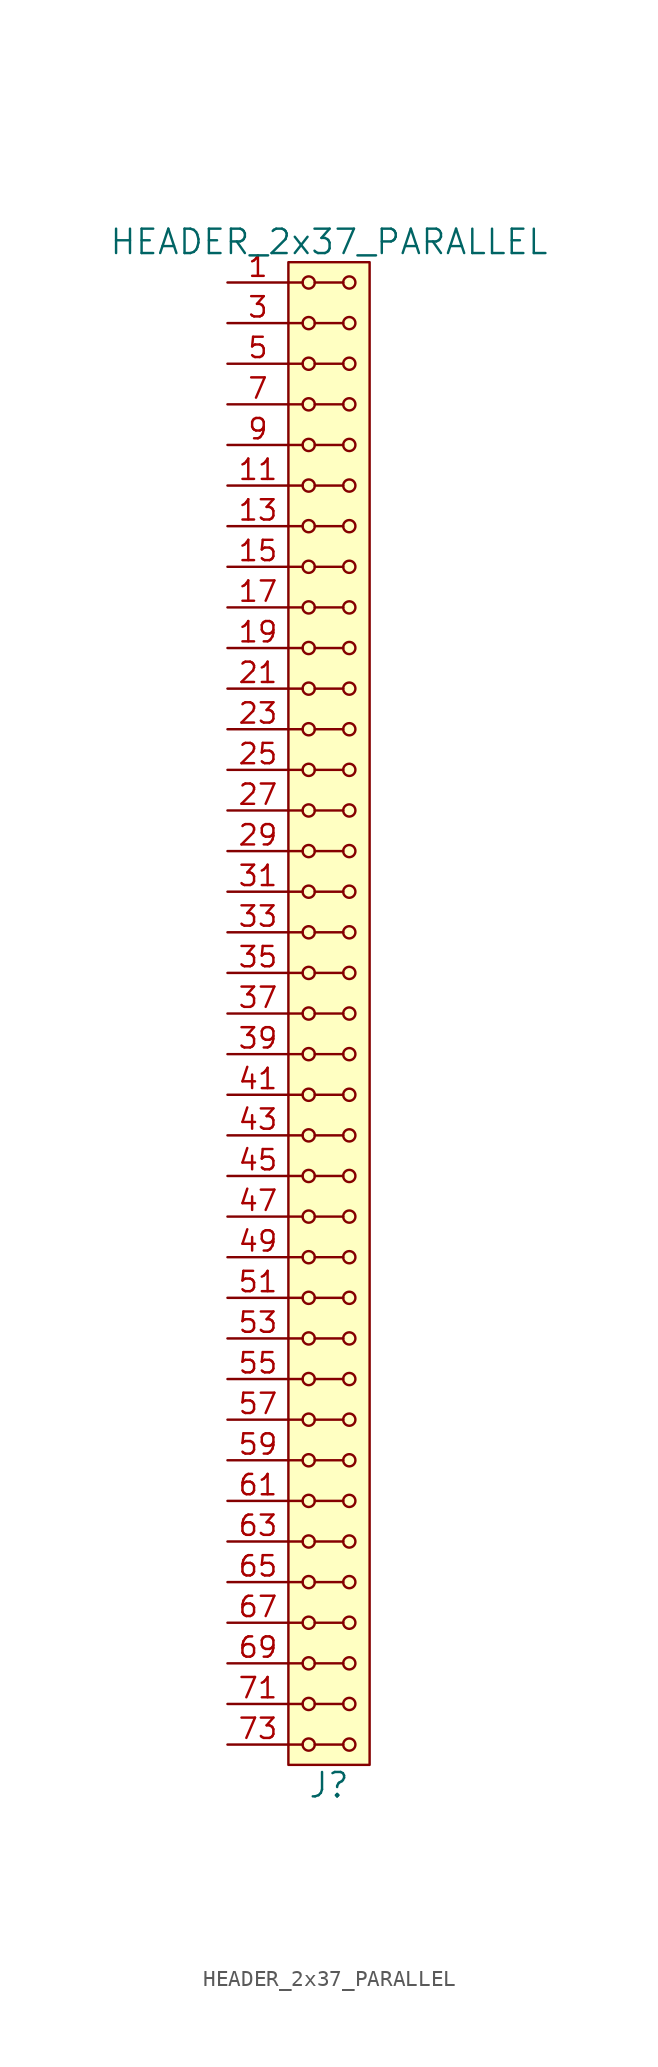
<source format=kicad_sym>
(kicad_symbol_lib
  (version 20211014)
  (generator kicad_symbol_editor)
  (symbol "HEADER_2x37_PARALLEL"
    (pin_names
      (offset 1.016))
    (property "Reference" "J"
      (at 0 -48.26 0)
      (effects (font (size 1.524 1.524))))
    (property "Value" "HEADER_2x37_PARALLEL"
      (at 0 48.26 0)
      (effects (font (size 1.524 1.524))))
    (property "Footprint" ""
      (at 0 45.72 0)
      (effects (font (size 1.524 1.524))))
    (property "Datasheet" ""
      (at 0 45.72 0)
      (effects (font (size 1.524 1.524))))
    (symbol "HEADER_2x37_PARALLEL_0_1"
      (rectangle (start -2.54 46.99) (end 2.54 -46.99) (stroke (width 0) (type default) (color 0 0 0 0)) (fill (type background)))
      (circle (center -1.27 -45.72) (radius 0.381) (stroke (width 0) (type default) (color 0 0 0 0)) (fill (type none)))
      (circle (center -1.27 -43.18) (radius 0.381) (stroke (width 0) (type default) (color 0 0 0 0)) (fill (type none)))
      (circle (center -1.27 -40.64) (radius 0.381) (stroke (width 0) (type default) (color 0 0 0 0)) (fill (type none)))
      (circle (center -1.27 -38.1) (radius 0.381) (stroke (width 0) (type default) (color 0 0 0 0)) (fill (type none)))
      (circle (center -1.27 -35.56) (radius 0.381) (stroke (width 0) (type default) (color 0 0 0 0)) (fill (type none)))
      (circle (center -1.27 -33.02) (radius 0.381) (stroke (width 0) (type default) (color 0 0 0 0)) (fill (type none)))
      (circle (center -1.27 -30.48) (radius 0.381) (stroke (width 0) (type default) (color 0 0 0 0)) (fill (type none)))
      (circle (center -1.27 -27.94) (radius 0.381) (stroke (width 0) (type default) (color 0 0 0 0)) (fill (type none)))
      (circle (center -1.27 -25.4) (radius 0.381) (stroke (width 0) (type default) (color 0 0 0 0)) (fill (type none)))
      (circle (center -1.27 -22.86) (radius 0.381) (stroke (width 0) (type default) (color 0 0 0 0)) (fill (type none)))
      (circle (center -1.27 -20.32) (radius 0.381) (stroke (width 0) (type default) (color 0 0 0 0)) (fill (type none)))
      (circle (center -1.27 -17.78) (radius 0.381) (stroke (width 0) (type default) (color 0 0 0 0)) (fill (type none)))
      (circle (center -1.27 -15.24) (radius 0.381) (stroke (width 0) (type default) (color 0 0 0 0)) (fill (type none)))
      (circle (center -1.27 -12.7) (radius 0.381) (stroke (width 0) (type default) (color 0 0 0 0)) (fill (type none)))
      (circle (center -1.27 -10.16) (radius 0.381) (stroke (width 0) (type default) (color 0 0 0 0)) (fill (type none)))
      (circle (center -1.27 -7.62) (radius 0.381) (stroke (width 0) (type default) (color 0 0 0 0)) (fill (type none)))
      (circle (center -1.27 -5.08) (radius 0.381) (stroke (width 0) (type default) (color 0 0 0 0)) (fill (type none)))
      (circle (center -1.27 -2.54) (radius 0.381) (stroke (width 0) (type default) (color 0 0 0 0)) (fill (type none)))
      (circle (center -1.27 0) (radius 0.381) (stroke (width 0) (type default) (color 0 0 0 0)) (fill (type none)))
      (circle (center -1.27 2.54) (radius 0.381) (stroke (width 0) (type default) (color 0 0 0 0)) (fill (type none)))
      (circle (center -1.27 5.08) (radius 0.381) (stroke (width 0) (type default) (color 0 0 0 0)) (fill (type none)))
      (circle (center -1.27 7.62) (radius 0.381) (stroke (width 0) (type default) (color 0 0 0 0)) (fill (type none)))
      (circle (center -1.27 10.16) (radius 0.381) (stroke (width 0) (type default) (color 0 0 0 0)) (fill (type none)))
      (circle (center -1.27 12.7) (radius 0.381) (stroke (width 0) (type default) (color 0 0 0 0)) (fill (type none)))
      (circle (center -1.27 15.24) (radius 0.381) (stroke (width 0) (type default) (color 0 0 0 0)) (fill (type none)))
      (circle (center -1.27 17.78) (radius 0.381) (stroke (width 0) (type default) (color 0 0 0 0)) (fill (type none)))
      (circle (center -1.27 20.32) (radius 0.381) (stroke (width 0) (type default) (color 0 0 0 0)) (fill (type none)))
      (circle (center -1.27 22.86) (radius 0.381) (stroke (width 0) (type default) (color 0 0 0 0)) (fill (type none)))
      (circle (center -1.27 25.4) (radius 0.381) (stroke (width 0) (type default) (color 0 0 0 0)) (fill (type none)))
      (circle (center -1.27 27.94) (radius 0.381) (stroke (width 0) (type default) (color 0 0 0 0)) (fill (type none)))
      (circle (center -1.27 30.48) (radius 0.381) (stroke (width 0) (type default) (color 0 0 0 0)) (fill (type none)))
      (circle (center -1.27 33.02) (radius 0.381) (stroke (width 0) (type default) (color 0 0 0 0)) (fill (type none)))
      (circle (center -1.27 35.56) (radius 0.381) (stroke (width 0) (type default) (color 0 0 0 0)) (fill (type none)))
      (circle (center -1.27 38.1) (radius 0.381) (stroke (width 0) (type default) (color 0 0 0 0)) (fill (type none)))
      (circle (center -1.27 40.64) (radius 0.381) (stroke (width 0) (type default) (color 0 0 0 0)) (fill (type none)))
      (circle (center -1.27 43.18) (radius 0.381) (stroke (width 0) (type default) (color 0 0 0 0)) (fill (type none)))
      (circle (center -1.27 45.72) (radius 0.381) (stroke (width 0) (type default) (color 0 0 0 0)) (fill (type none)))
      (polyline (pts (xy -1.651 -45.72) (xy -2.54 -45.72)) (stroke (width 0) (type default) (color 0 0 0 0)) (fill (type none)))
      (polyline (pts (xy -1.651 -43.18) (xy -2.54 -43.18)) (stroke (width 0) (type default) (color 0 0 0 0)) (fill (type none)))
      (polyline (pts (xy -1.651 -40.64) (xy -2.54 -40.64)) (stroke (width 0) (type default) (color 0 0 0 0)) (fill (type none)))
      (polyline (pts (xy -1.651 -38.1) (xy -2.54 -38.1)) (stroke (width 0) (type default) (color 0 0 0 0)) (fill (type none)))
      (polyline (pts (xy -1.651 -35.56) (xy -2.54 -35.56)) (stroke (width 0) (type default) (color 0 0 0 0)) (fill (type none)))
      (polyline (pts (xy -1.651 -33.02) (xy -2.54 -33.02)) (stroke (width 0) (type default) (color 0 0 0 0)) (fill (type none)))
      (polyline (pts (xy -1.651 -30.48) (xy -2.54 -30.48)) (stroke (width 0) (type default) (color 0 0 0 0)) (fill (type none)))
      (polyline (pts (xy -1.651 -27.94) (xy -2.54 -27.94)) (stroke (width 0) (type default) (color 0 0 0 0)) (fill (type none)))
      (polyline (pts (xy -1.651 -25.4) (xy -2.54 -25.4)) (stroke (width 0) (type default) (color 0 0 0 0)) (fill (type none)))
      (polyline (pts (xy -1.651 -22.86) (xy -2.54 -22.86)) (stroke (width 0) (type default) (color 0 0 0 0)) (fill (type none)))
      (polyline (pts (xy -1.651 -20.32) (xy -2.54 -20.32)) (stroke (width 0) (type default) (color 0 0 0 0)) (fill (type none)))
      (polyline (pts (xy -1.651 -17.78) (xy -2.54 -17.78)) (stroke (width 0) (type default) (color 0 0 0 0)) (fill (type none)))
      (polyline (pts (xy -1.651 -15.24) (xy -2.54 -15.24)) (stroke (width 0) (type default) (color 0 0 0 0)) (fill (type none)))
      (polyline (pts (xy -1.651 -12.7) (xy -2.54 -12.7)) (stroke (width 0) (type default) (color 0 0 0 0)) (fill (type none)))
      (polyline (pts (xy -1.651 -10.16) (xy -2.54 -10.16)) (stroke (width 0) (type default) (color 0 0 0 0)) (fill (type none)))
      (polyline (pts (xy -1.651 -7.62) (xy -2.54 -7.62)) (stroke (width 0) (type default) (color 0 0 0 0)) (fill (type none)))
      (polyline (pts (xy -1.651 -5.08) (xy -2.54 -5.08)) (stroke (width 0) (type default) (color 0 0 0 0)) (fill (type none)))
      (polyline (pts (xy -1.651 -2.54) (xy -2.54 -2.54)) (stroke (width 0) (type default) (color 0 0 0 0)) (fill (type none)))
      (polyline (pts (xy -1.651 0) (xy -2.54 0)) (stroke (width 0) (type default) (color 0 0 0 0)) (fill (type none)))
      (polyline (pts (xy -1.651 2.54) (xy -2.54 2.54)) (stroke (width 0) (type default) (color 0 0 0 0)) (fill (type none)))
      (polyline (pts (xy -1.651 5.08) (xy -2.54 5.08)) (stroke (width 0) (type default) (color 0 0 0 0)) (fill (type none)))
      (polyline (pts (xy -1.651 7.62) (xy -2.54 7.62)) (stroke (width 0) (type default) (color 0 0 0 0)) (fill (type none)))
      (polyline (pts (xy -1.651 10.16) (xy -2.54 10.16)) (stroke (width 0) (type default) (color 0 0 0 0)) (fill (type none)))
      (polyline (pts (xy -1.651 12.7) (xy -2.54 12.7)) (stroke (width 0) (type default) (color 0 0 0 0)) (fill (type none)))
      (polyline (pts (xy -1.651 15.24) (xy -2.54 15.24)) (stroke (width 0) (type default) (color 0 0 0 0)) (fill (type none)))
      (polyline (pts (xy -1.651 17.78) (xy -2.54 17.78)) (stroke (width 0) (type default) (color 0 0 0 0)) (fill (type none)))
      (polyline (pts (xy -1.651 20.32) (xy -2.54 20.32)) (stroke (width 0) (type default) (color 0 0 0 0)) (fill (type none)))
      (polyline (pts (xy -1.651 22.86) (xy -2.54 22.86)) (stroke (width 0) (type default) (color 0 0 0 0)) (fill (type none)))
      (polyline (pts (xy -1.651 25.4) (xy -2.54 25.4)) (stroke (width 0) (type default) (color 0 0 0 0)) (fill (type none)))
      (polyline (pts (xy -1.651 27.94) (xy -2.54 27.94)) (stroke (width 0) (type default) (color 0 0 0 0)) (fill (type none)))
      (polyline (pts (xy -1.651 30.48) (xy -2.54 30.48)) (stroke (width 0) (type default) (color 0 0 0 0)) (fill (type none)))
      (polyline (pts (xy -1.651 33.02) (xy -2.54 33.02)) (stroke (width 0) (type default) (color 0 0 0 0)) (fill (type none)))
      (polyline (pts (xy -1.651 35.56) (xy -2.54 35.56)) (stroke (width 0) (type default) (color 0 0 0 0)) (fill (type none)))
      (polyline (pts (xy -1.651 38.1) (xy -2.54 38.1)) (stroke (width 0) (type default) (color 0 0 0 0)) (fill (type none)))
      (polyline (pts (xy -1.651 40.64) (xy -2.54 40.64)) (stroke (width 0) (type default) (color 0 0 0 0)) (fill (type none)))
      (polyline (pts (xy -1.651 43.18) (xy -2.54 43.18)) (stroke (width 0) (type default) (color 0 0 0 0)) (fill (type none)))
      (polyline (pts (xy -1.651 45.72) (xy -2.54 45.72)) (stroke (width 0) (type default) (color 0 0 0 0)) (fill (type none)))
      (polyline (pts (xy -0.889 -45.72) (xy 0.889 -45.72)) (stroke (width 0) (type default) (color 0 0 0 0)) (fill (type none)))
      (polyline (pts (xy -0.889 -43.18) (xy 0.889 -43.18)) (stroke (width 0) (type default) (color 0 0 0 0)) (fill (type none)))
      (polyline (pts (xy -0.889 -40.64) (xy 0.889 -40.64)) (stroke (width 0) (type default) (color 0 0 0 0)) (fill (type none)))
      (polyline (pts (xy -0.889 -38.1) (xy 0.889 -38.1)) (stroke (width 0) (type default) (color 0 0 0 0)) (fill (type none)))
      (polyline (pts (xy -0.889 -35.56) (xy 0.889 -35.56)) (stroke (width 0) (type default) (color 0 0 0 0)) (fill (type none)))
      (polyline (pts (xy -0.889 -33.02) (xy 0.889 -33.02)) (stroke (width 0) (type default) (color 0 0 0 0)) (fill (type none)))
      (polyline (pts (xy -0.889 -30.48) (xy 0.889 -30.48)) (stroke (width 0) (type default) (color 0 0 0 0)) (fill (type none)))
      (polyline (pts (xy -0.889 -27.94) (xy 0.889 -27.94)) (stroke (width 0) (type default) (color 0 0 0 0)) (fill (type none)))
      (polyline (pts (xy -0.889 -25.4) (xy 0.889 -25.4)) (stroke (width 0) (type default) (color 0 0 0 0)) (fill (type none)))
      (polyline (pts (xy -0.889 -22.86) (xy 0.889 -22.86)) (stroke (width 0) (type default) (color 0 0 0 0)) (fill (type none)))
      (polyline (pts (xy -0.889 -20.32) (xy 0.889 -20.32)) (stroke (width 0) (type default) (color 0 0 0 0)) (fill (type none)))
      (polyline (pts (xy -0.889 -17.78) (xy 0.889 -17.78)) (stroke (width 0) (type default) (color 0 0 0 0)) (fill (type none)))
      (polyline (pts (xy -0.889 -15.24) (xy 0.889 -15.24)) (stroke (width 0) (type default) (color 0 0 0 0)) (fill (type none)))
      (polyline (pts (xy -0.889 -12.7) (xy 0.889 -12.7)) (stroke (width 0) (type default) (color 0 0 0 0)) (fill (type none)))
      (polyline (pts (xy -0.889 -10.16) (xy 0.889 -10.16)) (stroke (width 0) (type default) (color 0 0 0 0)) (fill (type none)))
      (polyline (pts (xy -0.889 -7.62) (xy 0.889 -7.62)) (stroke (width 0) (type default) (color 0 0 0 0)) (fill (type none)))
      (polyline (pts (xy -0.889 -5.08) (xy 0.889 -5.08)) (stroke (width 0) (type default) (color 0 0 0 0)) (fill (type none)))
      (polyline (pts (xy -0.889 -2.54) (xy 0.889 -2.54)) (stroke (width 0) (type default) (color 0 0 0 0)) (fill (type none)))
      (polyline (pts (xy -0.889 0) (xy 0.889 0)) (stroke (width 0) (type default) (color 0 0 0 0)) (fill (type none)))
      (polyline (pts (xy -0.889 2.54) (xy 0.889 2.54)) (stroke (width 0) (type default) (color 0 0 0 0)) (fill (type none)))
      (polyline (pts (xy -0.889 5.08) (xy 0.889 5.08)) (stroke (width 0) (type default) (color 0 0 0 0)) (fill (type none)))
      (polyline (pts (xy -0.889 7.62) (xy 0.889 7.62)) (stroke (width 0) (type default) (color 0 0 0 0)) (fill (type none)))
      (polyline (pts (xy -0.889 10.16) (xy 0.889 10.16)) (stroke (width 0) (type default) (color 0 0 0 0)) (fill (type none)))
      (polyline (pts (xy -0.889 12.7) (xy 0.889 12.7)) (stroke (width 0) (type default) (color 0 0 0 0)) (fill (type none)))
      (polyline (pts (xy -0.889 15.24) (xy 0.889 15.24)) (stroke (width 0) (type default) (color 0 0 0 0)) (fill (type none)))
      (polyline (pts (xy -0.889 17.78) (xy 0.889 17.78)) (stroke (width 0) (type default) (color 0 0 0 0)) (fill (type none)))
      (polyline (pts (xy -0.889 20.32) (xy 0.889 20.32)) (stroke (width 0) (type default) (color 0 0 0 0)) (fill (type none)))
      (polyline (pts (xy -0.889 22.86) (xy 0.889 22.86)) (stroke (width 0) (type default) (color 0 0 0 0)) (fill (type none)))
      (polyline (pts (xy -0.889 25.4) (xy 0.889 25.4)) (stroke (width 0) (type default) (color 0 0 0 0)) (fill (type none)))
      (polyline (pts (xy -0.889 27.94) (xy 0.889 27.94)) (stroke (width 0) (type default) (color 0 0 0 0)) (fill (type none)))
      (polyline (pts (xy -0.889 30.48) (xy 0.889 30.48)) (stroke (width 0) (type default) (color 0 0 0 0)) (fill (type none)))
      (polyline (pts (xy -0.889 33.02) (xy 0.889 33.02)) (stroke (width 0) (type default) (color 0 0 0 0)) (fill (type none)))
      (polyline (pts (xy -0.889 35.56) (xy 0.889 35.56)) (stroke (width 0) (type default) (color 0 0 0 0)) (fill (type none)))
      (polyline (pts (xy -0.889 38.1) (xy 0.889 38.1)) (stroke (width 0) (type default) (color 0 0 0 0)) (fill (type none)))
      (polyline (pts (xy -0.889 40.64) (xy 0.889 40.64)) (stroke (width 0) (type default) (color 0 0 0 0)) (fill (type none)))
      (polyline (pts (xy -0.889 43.18) (xy 0.889 43.18)) (stroke (width 0) (type default) (color 0 0 0 0)) (fill (type none)))
      (polyline (pts (xy -0.889 45.72) (xy 0.889 45.72)) (stroke (width 0) (type default) (color 0 0 0 0)) (fill (type none)))
      (circle (center 1.27 -45.72) (radius 0.381) (stroke (width 0) (type default) (color 0 0 0 0)) (fill (type none)))
      (circle (center 1.27 -43.18) (radius 0.381) (stroke (width 0) (type default) (color 0 0 0 0)) (fill (type none)))
      (circle (center 1.27 -40.64) (radius 0.381) (stroke (width 0) (type default) (color 0 0 0 0)) (fill (type none)))
      (circle (center 1.27 -38.1) (radius 0.381) (stroke (width 0) (type default) (color 0 0 0 0)) (fill (type none)))
      (circle (center 1.27 -35.56) (radius 0.381) (stroke (width 0) (type default) (color 0 0 0 0)) (fill (type none)))
      (circle (center 1.27 -33.02) (radius 0.381) (stroke (width 0) (type default) (color 0 0 0 0)) (fill (type none)))
      (circle (center 1.27 -30.48) (radius 0.381) (stroke (width 0) (type default) (color 0 0 0 0)) (fill (type none)))
      (circle (center 1.27 -27.94) (radius 0.381) (stroke (width 0) (type default) (color 0 0 0 0)) (fill (type none)))
      (circle (center 1.27 -25.4) (radius 0.381) (stroke (width 0) (type default) (color 0 0 0 0)) (fill (type none)))
      (circle (center 1.27 -22.86) (radius 0.381) (stroke (width 0) (type default) (color 0 0 0 0)) (fill (type none)))
      (circle (center 1.27 -20.32) (radius 0.381) (stroke (width 0) (type default) (color 0 0 0 0)) (fill (type none)))
      (circle (center 1.27 -17.78) (radius 0.381) (stroke (width 0) (type default) (color 0 0 0 0)) (fill (type none)))
      (circle (center 1.27 -15.24) (radius 0.381) (stroke (width 0) (type default) (color 0 0 0 0)) (fill (type none)))
      (circle (center 1.27 -12.7) (radius 0.381) (stroke (width 0) (type default) (color 0 0 0 0)) (fill (type none)))
      (circle (center 1.27 -10.16) (radius 0.381) (stroke (width 0) (type default) (color 0 0 0 0)) (fill (type none)))
      (circle (center 1.27 -7.62) (radius 0.381) (stroke (width 0) (type default) (color 0 0 0 0)) (fill (type none)))
      (circle (center 1.27 -5.08) (radius 0.381) (stroke (width 0) (type default) (color 0 0 0 0)) (fill (type none)))
      (circle (center 1.27 -2.54) (radius 0.381) (stroke (width 0) (type default) (color 0 0 0 0)) (fill (type none)))
      (circle (center 1.27 0) (radius 0.381) (stroke (width 0) (type default) (color 0 0 0 0)) (fill (type none)))
      (circle (center 1.27 2.54) (radius 0.381) (stroke (width 0) (type default) (color 0 0 0 0)) (fill (type none)))
      (circle (center 1.27 5.08) (radius 0.381) (stroke (width 0) (type default) (color 0 0 0 0)) (fill (type none)))
      (circle (center 1.27 7.62) (radius 0.381) (stroke (width 0) (type default) (color 0 0 0 0)) (fill (type none)))
      (circle (center 1.27 10.16) (radius 0.381) (stroke (width 0) (type default) (color 0 0 0 0)) (fill (type none)))
      (circle (center 1.27 12.7) (radius 0.381) (stroke (width 0) (type default) (color 0 0 0 0)) (fill (type none)))
      (circle (center 1.27 15.24) (radius 0.381) (stroke (width 0) (type default) (color 0 0 0 0)) (fill (type none)))
      (circle (center 1.27 17.78) (radius 0.381) (stroke (width 0) (type default) (color 0 0 0 0)) (fill (type none)))
      (circle (center 1.27 20.32) (radius 0.381) (stroke (width 0) (type default) (color 0 0 0 0)) (fill (type none)))
      (circle (center 1.27 22.86) (radius 0.381) (stroke (width 0) (type default) (color 0 0 0 0)) (fill (type none)))
      (circle (center 1.27 25.4) (radius 0.381) (stroke (width 0) (type default) (color 0 0 0 0)) (fill (type none)))
      (circle (center 1.27 27.94) (radius 0.381) (stroke (width 0) (type default) (color 0 0 0 0)) (fill (type none)))
      (circle (center 1.27 30.48) (radius 0.381) (stroke (width 0) (type default) (color 0 0 0 0)) (fill (type none)))
      (circle (center 1.27 33.02) (radius 0.381) (stroke (width 0) (type default) (color 0 0 0 0)) (fill (type none)))
      (circle (center 1.27 35.56) (radius 0.381) (stroke (width 0) (type default) (color 0 0 0 0)) (fill (type none)))
      (circle (center 1.27 38.1) (radius 0.381) (stroke (width 0) (type default) (color 0 0 0 0)) (fill (type none)))
      (circle (center 1.27 40.64) (radius 0.381) (stroke (width 0) (type default) (color 0 0 0 0)) (fill (type none)))
      (circle (center 1.27 43.18) (radius 0.381) (stroke (width 0) (type default) (color 0 0 0 0)) (fill (type none)))
      (circle (center 1.27 45.72) (radius 0.381) (stroke (width 0) (type default) (color 0 0 0 0)) (fill (type none))))
    (symbol "HEADER_2x37_PARALLEL_1_1"
      (pin input line (at -6.35 45.72 0) (length 3.81) (name "~" (effects (font (size 1.27 1.27)))) (number "1" (effects (font (size 1.27 1.27)))))
      (pin input line (at -6.35 35.56 0) (length 3.81) hide (name "~" (effects (font (size 1.27 1.27)))) (number "10" (effects (font (size 1.27 1.27)))))
      (pin input line (at -6.35 33.02 0) (length 3.81) (name "~" (effects (font (size 1.27 1.27)))) (number "11" (effects (font (size 1.27 1.27)))))
      (pin input line (at -6.35 33.02 0) (length 3.81) hide (name "~" (effects (font (size 1.27 1.27)))) (number "12" (effects (font (size 1.27 1.27)))))
      (pin input line (at -6.35 30.48 0) (length 3.81) (name "~" (effects (font (size 1.27 1.27)))) (number "13" (effects (font (size 1.27 1.27)))))
      (pin input line (at -6.35 30.48 0) (length 3.81) hide (name "~" (effects (font (size 1.27 1.27)))) (number "14" (effects (font (size 1.27 1.27)))))
      (pin input line (at -6.35 27.94 0) (length 3.81) (name "~" (effects (font (size 1.27 1.27)))) (number "15" (effects (font (size 1.27 1.27)))))
      (pin input line (at -6.35 27.94 0) (length 3.81) hide (name "~" (effects (font (size 1.27 1.27)))) (number "16" (effects (font (size 1.27 1.27)))))
      (pin input line (at -6.35 25.4 0) (length 3.81) (name "~" (effects (font (size 1.27 1.27)))) (number "17" (effects (font (size 1.27 1.27)))))
      (pin input line (at -6.35 25.4 0) (length 3.81) hide (name "~" (effects (font (size 1.27 1.27)))) (number "18" (effects (font (size 1.27 1.27)))))
      (pin input line (at -6.35 22.86 0) (length 3.81) (name "~" (effects (font (size 1.27 1.27)))) (number "19" (effects (font (size 1.27 1.27)))))
      (pin input line (at -6.35 45.72 0) (length 3.81) hide (name "~" (effects (font (size 1.27 1.27)))) (number "2" (effects (font (size 1.27 1.27)))))
      (pin input line (at -6.35 22.86 0) (length 3.81) hide (name "~" (effects (font (size 1.27 1.27)))) (number "20" (effects (font (size 1.27 1.27)))))
      (pin input line (at -6.35 20.32 0) (length 3.81) (name "~" (effects (font (size 1.27 1.27)))) (number "21" (effects (font (size 1.27 1.27)))))
      (pin input line (at -6.35 20.32 0) (length 3.81) hide (name "~" (effects (font (size 1.27 1.27)))) (number "22" (effects (font (size 1.27 1.27)))))
      (pin input line (at -6.35 17.78 0) (length 3.81) (name "~" (effects (font (size 1.27 1.27)))) (number "23" (effects (font (size 1.27 1.27)))))
      (pin input line (at -6.35 17.78 0) (length 3.81) hide (name "~" (effects (font (size 1.27 1.27)))) (number "24" (effects (font (size 1.27 1.27)))))
      (pin input line (at -6.35 15.24 0) (length 3.81) (name "~" (effects (font (size 1.27 1.27)))) (number "25" (effects (font (size 1.27 1.27)))))
      (pin input line (at -6.35 15.24 0) (length 3.81) hide (name "~" (effects (font (size 1.27 1.27)))) (number "26" (effects (font (size 1.27 1.27)))))
      (pin input line (at -6.35 12.7 0) (length 3.81) (name "~" (effects (font (size 1.27 1.27)))) (number "27" (effects (font (size 1.27 1.27)))))
      (pin input line (at -6.35 12.7 0) (length 3.81) hide (name "~" (effects (font (size 1.27 1.27)))) (number "28" (effects (font (size 1.27 1.27)))))
      (pin input line (at -6.35 10.16 0) (length 3.81) (name "~" (effects (font (size 1.27 1.27)))) (number "29" (effects (font (size 1.27 1.27)))))
      (pin input line (at -6.35 43.18 0) (length 3.81) (name "~" (effects (font (size 1.27 1.27)))) (number "3" (effects (font (size 1.27 1.27)))))
      (pin input line (at -6.35 10.16 0) (length 3.81) hide (name "~" (effects (font (size 1.27 1.27)))) (number "30" (effects (font (size 1.27 1.27)))))
      (pin input line (at -6.35 7.62 0) (length 3.81) (name "~" (effects (font (size 1.27 1.27)))) (number "31" (effects (font (size 1.27 1.27)))))
      (pin input line (at -6.35 7.62 0) (length 3.81) hide (name "~" (effects (font (size 1.27 1.27)))) (number "32" (effects (font (size 1.27 1.27)))))
      (pin input line (at -6.35 5.08 0) (length 3.81) (name "~" (effects (font (size 1.27 1.27)))) (number "33" (effects (font (size 1.27 1.27)))))
      (pin input line (at -6.35 5.08 0) (length 3.81) hide (name "~" (effects (font (size 1.27 1.27)))) (number "34" (effects (font (size 1.27 1.27)))))
      (pin input line (at -6.35 2.54 0) (length 3.81) (name "~" (effects (font (size 1.27 1.27)))) (number "35" (effects (font (size 1.27 1.27)))))
      (pin input line (at -6.35 2.54 0) (length 3.81) hide (name "~" (effects (font (size 1.27 1.27)))) (number "36" (effects (font (size 1.27 1.27)))))
      (pin input line (at -6.35 0 0) (length 3.81) (name "~" (effects (font (size 1.27 1.27)))) (number "37" (effects (font (size 1.27 1.27)))))
      (pin input line (at -6.35 0 0) (length 3.81) hide (name "~" (effects (font (size 1.27 1.27)))) (number "38" (effects (font (size 1.27 1.27)))))
      (pin input line (at -6.35 -2.54 0) (length 3.81) (name "~" (effects (font (size 1.27 1.27)))) (number "39" (effects (font (size 1.27 1.27)))))
      (pin input line (at -6.35 43.18 0) (length 3.81) hide (name "~" (effects (font (size 1.27 1.27)))) (number "4" (effects (font (size 1.27 1.27)))))
      (pin input line (at -6.35 -2.54 0) (length 3.81) hide (name "~" (effects (font (size 1.27 1.27)))) (number "40" (effects (font (size 1.27 1.27)))))
      (pin input line (at -6.35 -5.08 0) (length 3.81) (name "~" (effects (font (size 1.27 1.27)))) (number "41" (effects (font (size 1.27 1.27)))))
      (pin input line (at -6.35 -5.08 0) (length 3.81) hide (name "~" (effects (font (size 1.27 1.27)))) (number "42" (effects (font (size 1.27 1.27)))))
      (pin input line (at -6.35 -7.62 0) (length 3.81) (name "~" (effects (font (size 1.27 1.27)))) (number "43" (effects (font (size 1.27 1.27)))))
      (pin input line (at -6.35 -7.62 0) (length 3.81) hide (name "~" (effects (font (size 1.27 1.27)))) (number "44" (effects (font (size 1.27 1.27)))))
      (pin input line (at -6.35 -10.16 0) (length 3.81) (name "~" (effects (font (size 1.27 1.27)))) (number "45" (effects (font (size 1.27 1.27)))))
      (pin input line (at -6.35 -10.16 0) (length 3.81) hide (name "~" (effects (font (size 1.27 1.27)))) (number "46" (effects (font (size 1.27 1.27)))))
      (pin input line (at -6.35 -12.7 0) (length 3.81) (name "~" (effects (font (size 1.27 1.27)))) (number "47" (effects (font (size 1.27 1.27)))))
      (pin input line (at -6.35 -12.7 0) (length 3.81) hide (name "~" (effects (font (size 1.27 1.27)))) (number "48" (effects (font (size 1.27 1.27)))))
      (pin input line (at -6.35 -15.24 0) (length 3.81) (name "~" (effects (font (size 1.27 1.27)))) (number "49" (effects (font (size 1.27 1.27)))))
      (pin input line (at -6.35 40.64 0) (length 3.81) (name "~" (effects (font (size 1.27 1.27)))) (number "5" (effects (font (size 1.27 1.27)))))
      (pin input line (at -6.35 -15.24 0) (length 3.81) hide (name "~" (effects (font (size 1.27 1.27)))) (number "50" (effects (font (size 1.27 1.27)))))
      (pin input line (at -6.35 -17.78 0) (length 3.81) (name "~" (effects (font (size 1.27 1.27)))) (number "51" (effects (font (size 1.27 1.27)))))
      (pin input line (at -6.35 -17.78 0) (length 3.81) hide (name "~" (effects (font (size 1.27 1.27)))) (number "52" (effects (font (size 1.27 1.27)))))
      (pin input line (at -6.35 -20.32 0) (length 3.81) (name "~" (effects (font (size 1.27 1.27)))) (number "53" (effects (font (size 1.27 1.27)))))
      (pin input line (at -6.35 -20.32 0) (length 3.81) hide (name "~" (effects (font (size 1.27 1.27)))) (number "54" (effects (font (size 1.27 1.27)))))
      (pin input line (at -6.35 -22.86 0) (length 3.81) (name "~" (effects (font (size 1.27 1.27)))) (number "55" (effects (font (size 1.27 1.27)))))
      (pin input line (at -6.35 -22.86 0) (length 3.81) hide (name "~" (effects (font (size 1.27 1.27)))) (number "56" (effects (font (size 1.27 1.27)))))
      (pin input line (at -6.35 -25.4 0) (length 3.81) (name "~" (effects (font (size 1.27 1.27)))) (number "57" (effects (font (size 1.27 1.27)))))
      (pin input line (at -6.35 -25.4 0) (length 3.81) hide (name "~" (effects (font (size 1.27 1.27)))) (number "58" (effects (font (size 1.27 1.27)))))
      (pin input line (at -6.35 -27.94 0) (length 3.81) (name "~" (effects (font (size 1.27 1.27)))) (number "59" (effects (font (size 1.27 1.27)))))
      (pin input line (at -6.35 40.64 0) (length 3.81) hide (name "~" (effects (font (size 1.27 1.27)))) (number "6" (effects (font (size 1.27 1.27)))))
      (pin input line (at -6.35 -27.94 0) (length 3.81) hide (name "~" (effects (font (size 1.27 1.27)))) (number "60" (effects (font (size 1.27 1.27)))))
      (pin input line (at -6.35 -30.48 0) (length 3.81) (name "~" (effects (font (size 1.27 1.27)))) (number "61" (effects (font (size 1.27 1.27)))))
      (pin input line (at -6.35 -30.48 0) (length 3.81) hide (name "~" (effects (font (size 1.27 1.27)))) (number "62" (effects (font (size 1.27 1.27)))))
      (pin input line (at -6.35 -33.02 0) (length 3.81) (name "~" (effects (font (size 1.27 1.27)))) (number "63" (effects (font (size 1.27 1.27)))))
      (pin input line (at -6.35 -33.02 0) (length 3.81) hide (name "~" (effects (font (size 1.27 1.27)))) (number "64" (effects (font (size 1.27 1.27)))))
      (pin input line (at -6.35 -35.56 0) (length 3.81) (name "~" (effects (font (size 1.27 1.27)))) (number "65" (effects (font (size 1.27 1.27)))))
      (pin input line (at -6.35 -35.56 0) (length 3.81) hide (name "~" (effects (font (size 1.27 1.27)))) (number "66" (effects (font (size 1.27 1.27)))))
      (pin input line (at -6.35 -38.1 0) (length 3.81) (name "~" (effects (font (size 1.27 1.27)))) (number "67" (effects (font (size 1.27 1.27)))))
      (pin input line (at -6.35 -38.1 0) (length 3.81) hide (name "~" (effects (font (size 1.27 1.27)))) (number "68" (effects (font (size 1.27 1.27)))))
      (pin input line (at -6.35 -40.64 0) (length 3.81) (name "~" (effects (font (size 1.27 1.27)))) (number "69" (effects (font (size 1.27 1.27)))))
      (pin input line (at -6.35 38.1 0) (length 3.81) (name "~" (effects (font (size 1.27 1.27)))) (number "7" (effects (font (size 1.27 1.27)))))
      (pin input line (at -6.35 -40.64 0) (length 3.81) hide (name "~" (effects (font (size 1.27 1.27)))) (number "70" (effects (font (size 1.27 1.27)))))
      (pin input line (at -6.35 -43.18 0) (length 3.81) (name "~" (effects (font (size 1.27 1.27)))) (number "71" (effects (font (size 1.27 1.27)))))
      (pin input line (at -6.35 -43.18 0) (length 3.81) hide (name "~" (effects (font (size 1.27 1.27)))) (number "72" (effects (font (size 1.27 1.27)))))
      (pin input line (at -6.35 -45.72 0) (length 3.81) (name "~" (effects (font (size 1.27 1.27)))) (number "73" (effects (font (size 1.27 1.27)))))
      (pin input line (at -6.35 -45.72 0) (length 3.81) hide (name "~" (effects (font (size 1.27 1.27)))) (number "74" (effects (font (size 1.27 1.27)))))
      (pin input line (at -6.35 38.1 0) (length 3.81) hide (name "~" (effects (font (size 1.27 1.27)))) (number "8" (effects (font (size 1.27 1.27)))))
      (pin input line (at -6.35 35.56 0) (length 3.81) (name "~" (effects (font (size 1.27 1.27)))) (number "9" (effects (font (size 1.27 1.27))))))))
</source>
